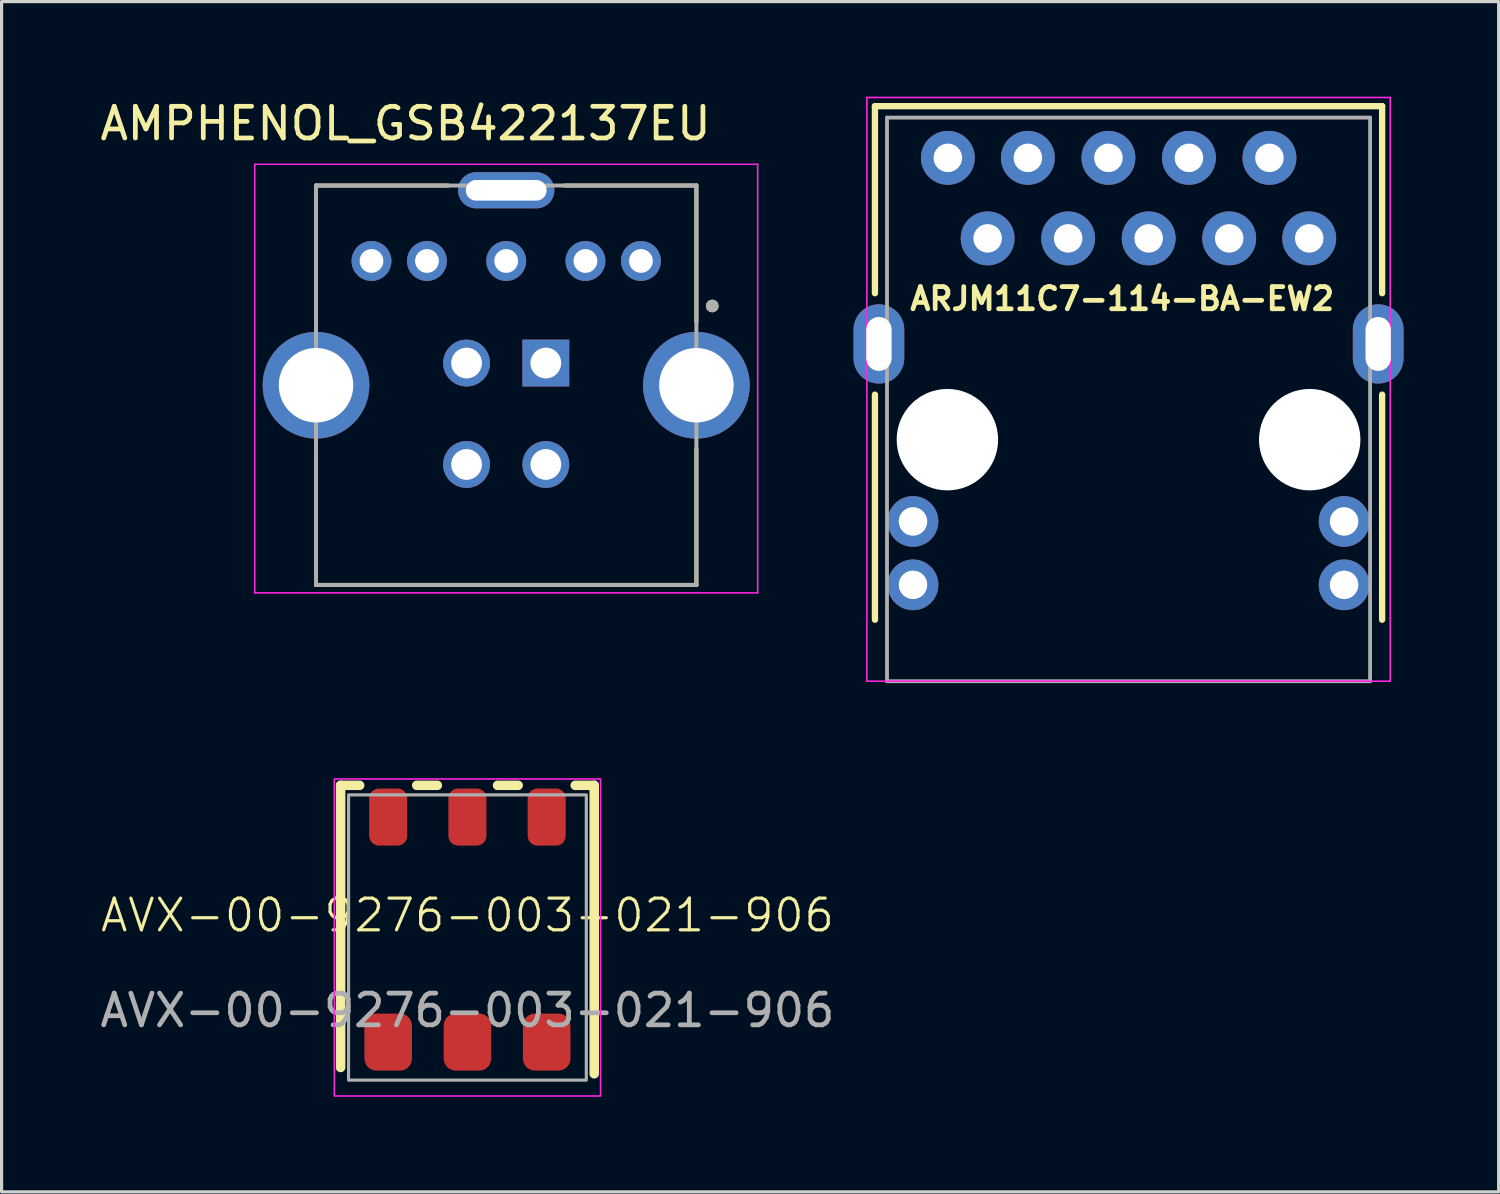
<source format=kicad_pcb>
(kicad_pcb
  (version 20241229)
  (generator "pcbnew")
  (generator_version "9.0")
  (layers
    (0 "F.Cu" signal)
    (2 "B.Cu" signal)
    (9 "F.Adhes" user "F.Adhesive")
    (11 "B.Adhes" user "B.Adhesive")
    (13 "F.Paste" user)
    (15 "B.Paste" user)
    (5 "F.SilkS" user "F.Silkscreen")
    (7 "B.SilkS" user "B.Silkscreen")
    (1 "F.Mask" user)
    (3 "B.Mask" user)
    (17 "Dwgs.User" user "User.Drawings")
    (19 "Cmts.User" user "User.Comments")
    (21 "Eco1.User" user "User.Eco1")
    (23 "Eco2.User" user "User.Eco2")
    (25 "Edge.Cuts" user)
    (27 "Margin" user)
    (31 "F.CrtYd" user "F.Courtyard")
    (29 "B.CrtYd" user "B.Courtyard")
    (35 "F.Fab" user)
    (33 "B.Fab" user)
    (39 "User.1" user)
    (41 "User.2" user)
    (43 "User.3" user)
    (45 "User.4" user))
  (footprint "ARJM11C7-114-BA-EW2"
    (layer "F.Cu")
    (at 32.552 3.2)
    (property "Reference" "ARJM11C7-114-BA-EW2" (at -0.2 3.175 0) (layer "F.SilkS") (effects (font (size 0.7 0.7) (thickness 0.15))))
    (attr through_hole)
    (fp_line (start -8 -2.9) (end 8 -2.9) (stroke (width 0.2) (type solid)) (layer "F.SilkS"))
    (fp_line (start -8 3) (end -8 -2.9) (stroke (width 0.2) (type solid)) (layer "F.SilkS"))
    (fp_line (start -8 6.2) (end -8 13.3) (stroke (width 0.2) (type solid)) (layer "F.SilkS"))
    (fp_line (start 8 3) (end 8 -2.9) (stroke (width 0.2) (type solid)) (layer "F.SilkS"))
    (fp_line (start 8 6.2) (end 8 13.3) (stroke (width 0.2) (type solid)) (layer "F.SilkS"))
    (fp_line (start -8.255 -3.175) (end 8.255 -3.175) (stroke (width 0.05) (type solid)) (layer "F.CrtYd"))
    (fp_line (start -8.255 15.24) (end -8.255 -3.175) (stroke (width 0.05) (type solid)) (layer "F.CrtYd"))
    (fp_line (start 8.255 -3.175) (end 8.255 15.24) (stroke (width 0.05) (type solid)) (layer "F.CrtYd"))
    (fp_line (start 8.255 15.24) (end -8.255 15.24) (stroke (width 0.05) (type solid)) (layer "F.CrtYd"))
    (fp_line (start -7.62 -2.54) (end -7.62 15.24) (stroke (width 0.12) (type solid)) (layer "F.Fab"))
    (fp_line (start -7.62 15.24) (end 7.62 15.24) (stroke (width 0.12) (type solid)) (layer "F.Fab"))
    (fp_line (start 7.62 -2.54) (end -7.62 -2.54) (stroke (width 0.12) (type solid)) (layer "F.Fab"))
    (fp_line (start 7.62 15.24) (end 7.62 -2.54) (stroke (width 0.12) (type solid)) (layer "F.Fab"))
    (pad "" np_thru_hole circle (at -5.715 7.62) (size 3.2 3.2) (drill 3.2) (layers "*.Cu" "*.Mask"))
    (pad "" np_thru_hole circle (at 5.715 7.62) (size 3.2 3.2) (drill 3.2) (layers "*.Cu" "*.Mask"))
    (pad "1" thru_hole circle (at 5.7 1.27) (size 1.7 1.7) (drill 0.9) (layers "*.Cu" "*.Mask"))
    (pad "2" thru_hole circle (at 4.445 -1.27) (size 1.7 1.7) (drill 0.9) (layers "*.Cu" "*.Mask"))
    (pad "3" thru_hole circle (at 3.175 1.27) (size 1.7 1.7) (drill 0.9) (layers "*.Cu" "*.Mask"))
    (pad "4" thru_hole circle (at 1.905 -1.27) (size 1.7 1.7) (drill 0.9) (layers "*.Cu" "*.Mask"))
    (pad "5" thru_hole circle (at 0.635 1.27) (size 1.7 1.7) (drill 0.9) (layers "*.Cu" "*.Mask"))
    (pad "6" thru_hole circle (at -0.635 -1.27) (size 1.7 1.7) (drill 0.9) (layers "*.Cu" "*.Mask"))
    (pad "7" thru_hole circle (at -1.905 1.27) (size 1.7 1.7) (drill 0.9) (layers "*.Cu" "*.Mask"))
    (pad "8" thru_hole circle (at -3.175 -1.27) (size 1.7 1.7) (drill 0.9) (layers "*.Cu" "*.Mask"))
    (pad "9" thru_hole circle (at -4.445 1.27) (size 1.7 1.7) (drill 0.9) (layers "*.Cu" "*.Mask"))
    (pad "10" thru_hole circle (at -5.7 -1.27) (size 1.7 1.7) (drill 0.9) (layers "*.Cu" "*.Mask"))
    (pad "11" thru_hole circle (at 6.8 10.2) (size 1.6 1.6) (drill 0.9) (layers "*.Cu" "*.Mask"))
    (pad "12" thru_hole circle (at 6.8 12.2) (size 1.6 1.6) (drill 0.9) (layers "*.Cu" "*.Mask"))
    (pad "13" thru_hole circle (at -6.8 10.2) (size 1.6 1.6) (drill 0.9) (layers "*.Cu" "*.Mask"))
    (pad "14" thru_hole circle (at -6.8 12.2) (size 1.6 1.6) (drill 0.9) (layers "*.Cu" "*.Mask"))
    (pad "SH" thru_hole oval (at -7.875 4.6) (size 1.6 2.5) (drill oval 0.8 1.7) (layers "*.Cu" "*.Mask"))
    (pad "SH" thru_hole oval (at 7.875 4.6) (size 1.6 2.5) (drill oval 0.8 1.7) (layers "*.Cu" "*.Mask")))
  (footprint "AVX-00-9276-003-021-906"
    (layer "F.Cu")
    (at 11.696 26.325)
    (property "Reference" "AVX-00-9276-003-021-906" (at 0 -0.5 0) (unlocked yes) (layer "F.SilkS") (effects (font (size 1 1) (thickness 0.1))))
    (attr smd)
    (fp_line (start -4 -4.6) (end -3.4 -4.6) (stroke (width 0.3) (type default)) (layer "F.SilkS"))
    (fp_line (start -4 4.3) (end -4 -4.6) (stroke (width 0.3) (type default)) (layer "F.SilkS"))
    (fp_line (start -1.6 -4.6) (end -0.95 -4.6) (stroke (width 0.3) (type default)) (layer "F.SilkS"))
    (fp_line (start 0.95 -4.6) (end 1.6 -4.6) (stroke (width 0.3) (type default)) (layer "F.SilkS"))
    (fp_line (start 3.4 -4.6) (end 4 -4.6) (stroke (width 0.3) (type default)) (layer "F.SilkS"))
    (fp_line (start 4 -4.6) (end 4 4.5) (stroke (width 0.3) (type default)) (layer "F.SilkS"))
    (fp_rect (start -4.2 -4.8) (end 4.2 5.2) (stroke (width 0.05) (type default)) (fill no) (layer "F.CrtYd"))
    (fp_rect (start -3.75 -4.3) (end 3.75 4.7) (stroke (width 0.1) (type default)) (fill no) (layer "F.Fab"))
    (fp_text user "${REFERENCE}" (at 0 2.5 0) (unlocked yes) (layer "F.Fab") (effects (font (size 1 1) (thickness 0.15))))
    (pad "1" smd roundrect (at -2.5 -3.6) (size 1.2 1.8) (layers "F.Cu" "F.Mask" "F.Paste") (roundrect_rratio 0.25))
    (pad "1" smd roundrect (at -2.5 3.5) (size 1.5 1.8) (layers "F.Cu" "F.Mask" "F.Paste") (roundrect_rratio 0.25))
    (pad "2" smd roundrect (at 0 -3.6) (size 1.2 1.8) (layers "F.Cu" "F.Mask" "F.Paste") (roundrect_rratio 0.25))
    (pad "2" smd roundrect (at 0 3.5) (size 1.5 1.8) (layers "F.Cu" "F.Mask" "F.Paste") (roundrect_rratio 0.25))
    (pad "3" smd roundrect (at 2.5 -3.6) (size 1.2 1.8) (layers "F.Cu" "F.Mask" "F.Paste") (roundrect_rratio 0.25))
    (pad "3" smd roundrect (at 2.5 3.5) (size 1.5 1.8) (layers "F.Cu" "F.Mask" "F.Paste") (roundrect_rratio 0.25)))
  (footprint "AMPHENOL_GSB422137EU"
    (layer "F.Cu")
    (at 12.919 9.103)
    (property "Reference" "AMPHENOL_GSB422137EU" (at -3.175 -8.255 0) (layer "F.SilkS") (effects (font (size 1 1) (thickness 0.15))))
    (attr through_hole)
    (fp_line (start -6 -6.3) (end -1.833 -6.3) (stroke (width 0.127) (type solid)) (layer "F.SilkS"))
    (fp_line (start -6 -2.003) (end -6 -6.3) (stroke (width 0.127) (type solid)) (layer "F.SilkS"))
    (fp_line (start -6 6.3) (end -6 2.003) (stroke (width 0.127) (type solid)) (layer "F.SilkS"))
    (fp_line (start 1.833 -6.3) (end 6 -6.3) (stroke (width 0.127) (type solid)) (layer "F.SilkS"))
    (fp_line (start 6 -6.3) (end 6 -2.003) (stroke (width 0.127) (type solid)) (layer "F.SilkS"))
    (fp_line (start 6 6.3) (end -6 6.3) (stroke (width 0.127) (type solid)) (layer "F.SilkS"))
    (fp_line (start 6 6.3) (end 6 2.003) (stroke (width 0.127) (type solid)) (layer "F.SilkS"))
    (fp_circle (center 6.5 -2.5) (end 6.6 -2.5) (stroke (width 0.2) (type solid)) (fill no) (layer "F.SilkS"))
    (fp_line (start -7.933 -6.97) (end -7.933 6.55) (stroke (width 0.05) (type solid)) (layer "F.CrtYd"))
    (fp_line (start -7.933 6.55) (end 7.933 6.55) (stroke (width 0.05) (type solid)) (layer "F.CrtYd"))
    (fp_line (start 7.933 -6.97) (end -7.933 -6.97) (stroke (width 0.05) (type solid)) (layer "F.CrtYd"))
    (fp_line (start 7.933 6.55) (end 7.933 -6.97) (stroke (width 0.05) (type solid)) (layer "F.CrtYd"))
    (fp_line (start -6 -6.3) (end 6 -6.3) (stroke (width 0.127) (type solid)) (layer "F.Fab"))
    (fp_line (start -6 6.3) (end -6 -6.3) (stroke (width 0.127) (type solid)) (layer "F.Fab"))
    (fp_line (start 6 -6.3) (end 6 6.3) (stroke (width 0.127) (type solid)) (layer "F.Fab"))
    (fp_line (start 6 6.3) (end -6 6.3) (stroke (width 0.127) (type solid)) (layer "F.Fab"))
    (fp_circle (center 6.5 -2.5) (end 6.6 -2.5) (stroke (width 0.2) (type solid)) (fill no) (layer "F.Fab"))
    (pad "1" thru_hole rect (at 1.25 -0.7) (size 1.478 1.478) (drill 0.97) (layers "*.Cu" "*.Mask"))
    (pad "2" thru_hole circle (at -1.25 -0.7) (size 1.478 1.478) (drill 0.97) (layers "*.Cu" "*.Mask"))
    (pad "3" thru_hole circle (at -1.25 2.5) (size 1.478 1.478) (drill 0.97) (layers "*.Cu" "*.Mask"))
    (pad "4" thru_hole circle (at 1.25 2.5) (size 1.478 1.478) (drill 0.97) (layers "*.Cu" "*.Mask"))
    (pad "5" thru_hole circle (at -4.25 -3.92) (size 1.258 1.258) (drill 0.75) (layers "*.Cu" "*.Mask"))
    (pad "6" thru_hole circle (at -2.5 -3.92) (size 1.258 1.258) (drill 0.75) (layers "*.Cu" "*.Mask"))
    (pad "7" thru_hole circle (at 0 -3.92) (size 1.258 1.258) (drill 0.75) (layers "*.Cu" "*.Mask"))
    (pad "8" thru_hole circle (at 2.5 -3.92) (size 1.258 1.258) (drill 0.75) (layers "*.Cu" "*.Mask"))
    (pad "9" thru_hole circle (at 4.25 -3.92) (size 1.258 1.258) (drill 0.75) (layers "*.Cu" "*.Mask"))
    (pad "SH1" thru_hole circle (at -6 0) (size 3.366 3.366) (drill 2.35) (layers "*.Cu" "*.Mask"))
    (pad "SH2" thru_hole circle (at 6 0) (size 3.366 3.366) (drill 2.35) (layers "*.Cu" "*.Mask"))
    (pad "SH3" thru_hole oval (at 0 -6.15) (size 3.04 1.14) (drill oval 2.55 0.65) (layers "*.Cu" "*.Mask")))
  (gr_rect
    (start -3 -3)
    (end 44.227 34.55)
    (stroke (width 0.1) (type default))
    (fill no)
    (layer "Edge.Cuts")))
</source>
